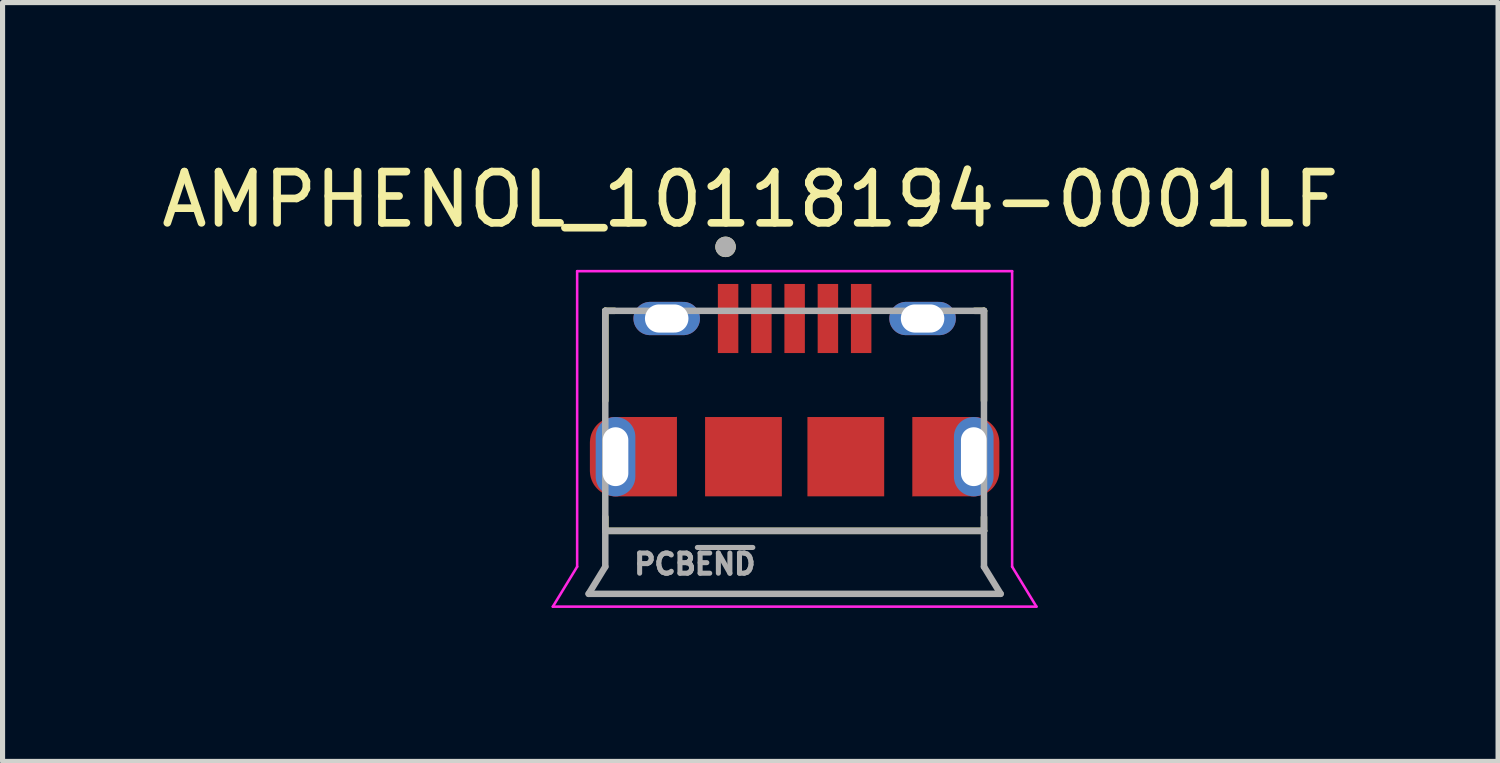
<source format=kicad_pcb>
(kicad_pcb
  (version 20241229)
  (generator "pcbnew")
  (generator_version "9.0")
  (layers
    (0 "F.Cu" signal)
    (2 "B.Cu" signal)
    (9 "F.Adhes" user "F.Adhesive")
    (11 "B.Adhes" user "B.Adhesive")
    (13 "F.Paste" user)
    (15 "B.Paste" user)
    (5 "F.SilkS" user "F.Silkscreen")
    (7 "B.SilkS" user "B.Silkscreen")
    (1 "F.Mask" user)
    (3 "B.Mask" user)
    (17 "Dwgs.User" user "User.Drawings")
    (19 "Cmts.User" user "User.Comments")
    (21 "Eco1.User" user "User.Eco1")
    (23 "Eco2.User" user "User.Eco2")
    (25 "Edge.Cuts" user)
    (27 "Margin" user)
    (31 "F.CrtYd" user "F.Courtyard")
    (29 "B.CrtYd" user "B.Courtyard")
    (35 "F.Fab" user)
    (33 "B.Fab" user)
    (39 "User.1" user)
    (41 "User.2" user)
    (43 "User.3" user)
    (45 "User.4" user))
  (footprint "AMPHENOL_10118194-0001LF"
    (layer "F.Cu")
    (at 12.478 5.874)
    (property "Reference" "AMPHENOL_10118194-0001LF" (at -0.866 -5.025 0) (layer "F.SilkS") (effects (font (size 1.001 1.001) (thickness 0.15))))
    (attr through_hole)
    (fp_poly (pts (xy -2.3 -0.78) (xy -2.3 0.775) (xy -3.498 0.775) (xy -3.498 0.575) (xy -3.486 0.575) (xy -3.473 0.574) (xy -3.46 0.572) (xy -3.447 0.57) (xy -3.434 0.567) (xy -3.422 0.563) (xy -3.41 0.558) (xy -3.398 0.553) (xy -3.386 0.548) (xy -3.374 0.542) (xy -3.363 0.535) (xy -3.353 0.527) (xy -3.342 0.52) (xy -3.332 0.511) (xy -3.323 0.502) (xy -3.314 0.493) (xy -3.305 0.483) (xy -3.298 0.472) (xy -3.29 0.462) (xy -3.283 0.451) (xy -3.277 0.439) (xy -3.272 0.427) (xy -3.267 0.415) (xy -3.262 0.403) (xy -3.258 0.391) (xy -3.255 0.378) (xy -3.253 0.365) (xy -3.251 0.352) (xy -3.25 0.339) (xy -3.25 0.325) (xy -3.25 0.315) (xy -3.25 -0.315) (xy -3.25 -0.325) (xy -3.25 -0.338) (xy -3.251 -0.351) (xy -3.253 -0.364) (xy -3.255 -0.377) (xy -3.259 -0.39) (xy -3.262 -0.402) (xy -3.267 -0.415) (xy -3.272 -0.427) (xy -3.277 -0.438) (xy -3.283 -0.45) (xy -3.29 -0.461) (xy -3.298 -0.472) (xy -3.306 -0.482) (xy -3.314 -0.492) (xy -3.323 -0.502) (xy -3.333 -0.511) (xy -3.343 -0.519) (xy -3.353 -0.527) (xy -3.364 -0.535) (xy -3.375 -0.542) (xy -3.387 -0.548) (xy -3.398 -0.553) (xy -3.41 -0.558) (xy -3.423 -0.563) (xy -3.435 -0.566) (xy -3.448 -0.57) (xy -3.461 -0.572) (xy -3.474 -0.574) (xy -3.487 -0.575) (xy -3.5 -0.575) (xy -3.513 -0.575) (xy -3.526 -0.574) (xy -3.539 -0.572) (xy -3.552 -0.57) (xy -3.565 -0.566) (xy -3.577 -0.563) (xy -3.59 -0.558) (xy -3.602 -0.553) (xy -3.613 -0.548) (xy -3.625 -0.542) (xy -3.636 -0.535) (xy -3.647 -0.527) (xy -3.657 -0.519) (xy -3.667 -0.511) (xy -3.677 -0.502) (xy -3.686 -0.492) (xy -3.694 -0.482) (xy -3.702 -0.472) (xy -3.71 -0.461) (xy -3.717 -0.45) (xy -3.723 -0.438) (xy -3.728 -0.427) (xy -3.733 -0.415) (xy -3.738 -0.402) (xy -3.741 -0.39) (xy -3.745 -0.377) (xy -3.747 -0.364) (xy -3.749 -0.351) (xy -3.75 -0.338) (xy -3.75 -0.325) (xy -3.75 0.325) (xy -3.75 0.339) (xy -3.749 0.352) (xy -3.747 0.365) (xy -3.745 0.378) (xy -3.742 0.391) (xy -3.738 0.403) (xy -3.733 0.415) (xy -3.728 0.427) (xy -3.723 0.439) (xy -3.717 0.451) (xy -3.71 0.462) (xy -3.702 0.472) (xy -3.695 0.483) (xy -3.686 0.493) (xy -3.677 0.502) (xy -3.668 0.511) (xy -3.658 0.52) (xy -3.647 0.527) (xy -3.637 0.535) (xy -3.626 0.542) (xy -3.614 0.548) (xy -3.602 0.553) (xy -3.59 0.558) (xy -3.578 0.563) (xy -3.566 0.567) (xy -3.553 0.57) (xy -3.54 0.572) (xy -3.527 0.574) (xy -3.514 0.575) (xy -3.502 0.575) (xy -3.502 0.775) (xy -3.527 0.774) (xy -3.553 0.772) (xy -3.579 0.769) (xy -3.605 0.764) (xy -3.63 0.758) (xy -3.655 0.751) (xy -3.68 0.742) (xy -3.704 0.732) (xy -3.728 0.721) (xy -3.751 0.708) (xy -3.773 0.695) (xy -3.794 0.68) (xy -3.815 0.664) (xy -3.835 0.647) (xy -3.854 0.629) (xy -3.872 0.61) (xy -3.889 0.59) (xy -3.905 0.569) (xy -3.92 0.548) (xy -3.933 0.526) (xy -3.946 0.503) (xy -3.957 0.479) (xy -3.967 0.455) (xy -3.976 0.43) (xy -3.983 0.405) (xy -3.989 0.38) (xy -3.994 0.354) (xy -3.997 0.328) (xy -3.999 0.302) (xy -4 0.275) (xy -4 -0.275) (xy -3.999 -0.301) (xy -3.997 -0.327) (xy -3.994 -0.353) (xy -3.989 -0.379) (xy -3.983 -0.404) (xy -3.976 -0.43) (xy -3.967 -0.454) (xy -3.957 -0.478) (xy -3.946 -0.502) (xy -3.933 -0.525) (xy -3.919 -0.547) (xy -3.905 -0.569) (xy -3.889 -0.59) (xy -3.872 -0.61) (xy -3.854 -0.629) (xy -3.835 -0.647) (xy -3.815 -0.664) (xy -3.794 -0.68) (xy -3.772 -0.694) (xy -3.75 -0.708) (xy -3.727 -0.721) (xy -3.703 -0.732) (xy -3.679 -0.742) (xy -3.655 -0.751) (xy -3.629 -0.758) (xy -3.604 -0.764) (xy -3.578 -0.769) (xy -3.552 -0.772) (xy -3.526 -0.774) (xy -3.5 -0.775) (xy -2.305 -0.775) (xy -2.305 -0.78) (xy -2.3 -0.78)) (stroke (width 0.001) (type solid)) (fill yes) (layer "F.Cu"))
    (fp_poly (pts (xy -3.6 -0.875) (xy -2.2 -0.875) (xy -2.2 0.875) (xy -3.6 0.875) (xy -3.626 0.874) (xy -3.652 0.872) (xy -3.678 0.869) (xy -3.704 0.864) (xy -3.729 0.858) (xy -3.755 0.851) (xy -3.779 0.842) (xy -3.803 0.832) (xy -3.827 0.821) (xy -3.85 0.808) (xy -3.872 0.794) (xy -3.894 0.78) (xy -3.915 0.764) (xy -3.935 0.747) (xy -3.954 0.729) (xy -3.972 0.71) (xy -3.989 0.69) (xy -4.005 0.669) (xy -4.019 0.647) (xy -4.033 0.625) (xy -4.046 0.602) (xy -4.057 0.578) (xy -4.067 0.554) (xy -4.076 0.53) (xy -4.083 0.504) (xy -4.089 0.479) (xy -4.094 0.453) (xy -4.097 0.427) (xy -4.099 0.401) (xy -4.1 0.375) (xy -4.1 -0.375) (xy -4.099 -0.401) (xy -4.097 -0.427) (xy -4.094 -0.453) (xy -4.089 -0.479) (xy -4.083 -0.504) (xy -4.076 -0.53) (xy -4.067 -0.554) (xy -4.057 -0.578) (xy -4.046 -0.602) (xy -4.033 -0.625) (xy -4.019 -0.647) (xy -4.005 -0.669) (xy -3.989 -0.69) (xy -3.972 -0.71) (xy -3.954 -0.729) (xy -3.935 -0.747) (xy -3.915 -0.764) (xy -3.894 -0.78) (xy -3.872 -0.794) (xy -3.85 -0.808) (xy -3.827 -0.821) (xy -3.803 -0.832) (xy -3.779 -0.842) (xy -3.755 -0.851) (xy -3.729 -0.858) (xy -3.704 -0.864) (xy -3.678 -0.869) (xy -3.652 -0.872) (xy -3.626 -0.874) (xy -3.6 -0.875)) (stroke (width 0.0001) (type solid)) (fill yes) (layer "F.Mask"))
    (fp_poly (pts (xy 3.6 0.875) (xy 2.2 0.875) (xy 2.2 -0.875) (xy 3.6 -0.875) (xy 3.626 -0.874) (xy 3.652 -0.872) (xy 3.678 -0.869) (xy 3.704 -0.864) (xy 3.729 -0.858) (xy 3.755 -0.851) (xy 3.779 -0.842) (xy 3.803 -0.832) (xy 3.827 -0.821) (xy 3.85 -0.808) (xy 3.872 -0.794) (xy 3.894 -0.78) (xy 3.915 -0.764) (xy 3.935 -0.747) (xy 3.954 -0.729) (xy 3.972 -0.71) (xy 3.989 -0.69) (xy 4.005 -0.669) (xy 4.019 -0.647) (xy 4.033 -0.625) (xy 4.046 -0.602) (xy 4.057 -0.578) (xy 4.067 -0.554) (xy 4.076 -0.53) (xy 4.083 -0.504) (xy 4.089 -0.479) (xy 4.094 -0.453) (xy 4.097 -0.427) (xy 4.099 -0.401) (xy 4.1 -0.375) (xy 4.1 0.375) (xy 4.099 0.401) (xy 4.097 0.427) (xy 4.094 0.453) (xy 4.089 0.479) (xy 4.083 0.504) (xy 4.076 0.53) (xy 4.067 0.554) (xy 4.057 0.578) (xy 4.046 0.602) (xy 4.033 0.625) (xy 4.019 0.647) (xy 4.005 0.669) (xy 3.989 0.69) (xy 3.972 0.71) (xy 3.954 0.729) (xy 3.935 0.747) (xy 3.915 0.764) (xy 3.894 0.78) (xy 3.872 0.794) (xy 3.85 0.808) (xy 3.827 0.821) (xy 3.803 0.832) (xy 3.779 0.842) (xy 3.755 0.851) (xy 3.729 0.858) (xy 3.704 0.864) (xy 3.678 0.869) (xy 3.652 0.872) (xy 3.626 0.874) (xy 3.6 0.875)) (stroke (width 0.0001) (type solid)) (fill yes) (layer "F.Mask"))
    (fp_line (start -3.7 -2.85) (end -3.7 -1.095) (stroke (width 0.127) (type solid)) (layer "F.SilkS"))
    (fp_line (start -3.7 -2.85) (end -3.52 -2.85) (stroke (width 0.127) (type solid)) (layer "F.SilkS"))
    (fp_line (start -3.7 1.45) (end -3.7 1.18) (stroke (width 0.127) (type solid)) (layer "F.SilkS"))
    (fp_line (start -3.7 1.45) (end 3.7 1.45) (stroke (width 0.127) (type solid)) (layer "F.SilkS"))
    (fp_line (start 3.7 -2.85) (end 3.52 -2.85) (stroke (width 0.127) (type solid)) (layer "F.SilkS"))
    (fp_line (start 3.7 -2.85) (end 3.7 -1.095) (stroke (width 0.127) (type solid)) (layer "F.SilkS"))
    (fp_line (start 3.7 1.18) (end 3.7 1.45) (stroke (width 0.127) (type solid)) (layer "F.SilkS"))
    (fp_circle (center -1.35 -4.1) (end -1.25 -4.1) (stroke (width 0.2) (type solid)) (fill no) (layer "F.SilkS"))
    (fp_line (start -3.5 -0.77) (end -3.5 -0.6) (stroke (width 0.0001) (type solid)) (layer "F.Paste"))
    (fp_line (start 3.5 0.77) (end 3.5 0.6) (stroke (width 0.0001) (type solid)) (layer "F.Paste"))
    (fp_poly (pts (xy -3.5 -0.775) (xy -3.5 -0.575) (xy -3.487 -0.575) (xy -3.474 -0.574) (xy -3.461 -0.572) (xy -3.448 -0.57) (xy -3.435 -0.566) (xy -3.423 -0.563) (xy -3.41 -0.558) (xy -3.398 -0.553) (xy -3.387 -0.548) (xy -3.375 -0.542) (xy -3.364 -0.535) (xy -3.353 -0.527) (xy -3.343 -0.519) (xy -3.333 -0.511) (xy -3.323 -0.502) (xy -3.314 -0.492) (xy -3.306 -0.482) (xy -3.298 -0.472) (xy -3.29 -0.461) (xy -3.283 -0.45) (xy -3.277 -0.438) (xy -3.272 -0.427) (xy -3.267 -0.415) (xy -3.262 -0.402) (xy -3.259 -0.39) (xy -3.255 -0.377) (xy -3.253 -0.364) (xy -3.251 -0.351) (xy -3.25 -0.338) (xy -3.25 -0.325) (xy -3.25 0.325) (xy -3.25 0.338) (xy -3.251 0.351) (xy -3.253 0.364) (xy -3.255 0.377) (xy -3.259 0.39) (xy -3.262 0.402) (xy -3.267 0.415) (xy -3.272 0.427) (xy -3.277 0.438) (xy -3.283 0.45) (xy -3.29 0.461) (xy -3.298 0.472) (xy -3.306 0.482) (xy -3.314 0.492) (xy -3.323 0.502) (xy -3.333 0.511) (xy -3.343 0.519) (xy -3.353 0.527) (xy -3.364 0.535) (xy -3.375 0.542) (xy -3.387 0.548) (xy -3.398 0.553) (xy -3.41 0.558) (xy -3.423 0.563) (xy -3.435 0.566) (xy -3.448 0.57) (xy -3.461 0.572) (xy -3.474 0.574) (xy -3.487 0.575) (xy -3.5 0.575) (xy -3.5 0.775) (xy -2.3 0.775) (xy -2.3 -0.775) (xy -3.5 -0.775)) (stroke (width 0.0001) (type solid)) (fill yes) (layer "F.Paste"))
    (fp_poly (pts (xy 3.5 0.775) (xy 3.5 0.575) (xy 3.487 0.575) (xy 3.474 0.574) (xy 3.461 0.572) (xy 3.448 0.57) (xy 3.435 0.566) (xy 3.423 0.563) (xy 3.41 0.558) (xy 3.398 0.553) (xy 3.387 0.548) (xy 3.375 0.542) (xy 3.364 0.535) (xy 3.353 0.527) (xy 3.343 0.519) (xy 3.333 0.511) (xy 3.323 0.502) (xy 3.314 0.492) (xy 3.306 0.482) (xy 3.298 0.472) (xy 3.29 0.461) (xy 3.283 0.45) (xy 3.277 0.438) (xy 3.272 0.427) (xy 3.267 0.415) (xy 3.262 0.402) (xy 3.259 0.39) (xy 3.255 0.377) (xy 3.253 0.364) (xy 3.251 0.351) (xy 3.25 0.338) (xy 3.25 0.325) (xy 3.25 -0.325) (xy 3.25 -0.338) (xy 3.251 -0.351) (xy 3.253 -0.364) (xy 3.255 -0.377) (xy 3.259 -0.39) (xy 3.262 -0.402) (xy 3.267 -0.415) (xy 3.272 -0.427) (xy 3.277 -0.438) (xy 3.283 -0.45) (xy 3.29 -0.461) (xy 3.298 -0.472) (xy 3.306 -0.482) (xy 3.314 -0.492) (xy 3.323 -0.502) (xy 3.333 -0.511) (xy 3.343 -0.519) (xy 3.353 -0.527) (xy 3.364 -0.535) (xy 3.375 -0.542) (xy 3.387 -0.548) (xy 3.398 -0.553) (xy 3.41 -0.558) (xy 3.423 -0.563) (xy 3.435 -0.566) (xy 3.448 -0.57) (xy 3.461 -0.572) (xy 3.474 -0.574) (xy 3.487 -0.575) (xy 3.5 -0.575) (xy 3.5 -0.775) (xy 2.3 -0.775) (xy 2.3 0.775) (xy 3.5 0.775)) (stroke (width 0.0001) (type solid)) (fill yes) (layer "F.Paste"))
    (fp_poly (pts (xy -3.5 -0.775) (xy -3.5 -0.575) (xy -3.513 -0.575) (xy -3.526 -0.574) (xy -3.539 -0.572) (xy -3.552 -0.57) (xy -3.565 -0.566) (xy -3.577 -0.563) (xy -3.59 -0.558) (xy -3.602 -0.553) (xy -3.613 -0.548) (xy -3.625 -0.542) (xy -3.636 -0.535) (xy -3.647 -0.527) (xy -3.657 -0.519) (xy -3.667 -0.511) (xy -3.677 -0.502) (xy -3.686 -0.492) (xy -3.694 -0.482) (xy -3.702 -0.472) (xy -3.71 -0.461) (xy -3.717 -0.45) (xy -3.723 -0.438) (xy -3.728 -0.427) (xy -3.733 -0.415) (xy -3.738 -0.402) (xy -3.741 -0.39) (xy -3.745 -0.377) (xy -3.747 -0.364) (xy -3.749 -0.351) (xy -3.75 -0.338) (xy -3.75 -0.325) (xy -3.75 0.325) (xy -3.75 0.338) (xy -3.749 0.351) (xy -3.747 0.364) (xy -3.745 0.377) (xy -3.741 0.39) (xy -3.738 0.402) (xy -3.733 0.415) (xy -3.728 0.427) (xy -3.723 0.438) (xy -3.717 0.45) (xy -3.71 0.461) (xy -3.702 0.472) (xy -3.694 0.482) (xy -3.686 0.492) (xy -3.677 0.502) (xy -3.667 0.511) (xy -3.657 0.519) (xy -3.647 0.527) (xy -3.636 0.535) (xy -3.625 0.542) (xy -3.613 0.548) (xy -3.602 0.553) (xy -3.59 0.558) (xy -3.577 0.563) (xy -3.565 0.566) (xy -3.552 0.57) (xy -3.539 0.572) (xy -3.526 0.574) (xy -3.513 0.575) (xy -3.5 0.575) (xy -3.5 0.775) (xy -3.526 0.774) (xy -3.552 0.772) (xy -3.578 0.769) (xy -3.604 0.764) (xy -3.629 0.758) (xy -3.655 0.751) (xy -3.679 0.742) (xy -3.703 0.732) (xy -3.727 0.721) (xy -3.75 0.708) (xy -3.772 0.694) (xy -3.794 0.68) (xy -3.815 0.664) (xy -3.835 0.647) (xy -3.854 0.629) (xy -3.872 0.61) (xy -3.889 0.59) (xy -3.905 0.569) (xy -3.919 0.547) (xy -3.933 0.525) (xy -3.946 0.502) (xy -3.957 0.478) (xy -3.967 0.454) (xy -3.976 0.43) (xy -3.983 0.404) (xy -3.989 0.379) (xy -3.994 0.353) (xy -3.997 0.327) (xy -3.999 0.301) (xy -4 0.275) (xy -4 -0.275) (xy -3.999 -0.301) (xy -3.997 -0.327) (xy -3.994 -0.353) (xy -3.989 -0.379) (xy -3.983 -0.404) (xy -3.976 -0.43) (xy -3.967 -0.454) (xy -3.957 -0.478) (xy -3.946 -0.502) (xy -3.933 -0.525) (xy -3.919 -0.547) (xy -3.905 -0.569) (xy -3.889 -0.59) (xy -3.872 -0.61) (xy -3.854 -0.629) (xy -3.835 -0.647) (xy -3.815 -0.664) (xy -3.794 -0.68) (xy -3.772 -0.694) (xy -3.75 -0.708) (xy -3.727 -0.721) (xy -3.703 -0.732) (xy -3.679 -0.742) (xy -3.655 -0.751) (xy -3.629 -0.758) (xy -3.604 -0.764) (xy -3.578 -0.769) (xy -3.552 -0.772) (xy -3.526 -0.774) (xy -3.5 -0.775)) (stroke (width 0.0001) (type solid)) (fill yes) (layer "F.Paste"))
    (fp_poly (pts (xy 3.5 0.775) (xy 3.5 0.575) (xy 3.513 0.575) (xy 3.526 0.574) (xy 3.539 0.572) (xy 3.552 0.57) (xy 3.565 0.566) (xy 3.577 0.563) (xy 3.59 0.558) (xy 3.602 0.553) (xy 3.613 0.548) (xy 3.625 0.542) (xy 3.636 0.535) (xy 3.647 0.527) (xy 3.657 0.519) (xy 3.667 0.511) (xy 3.677 0.502) (xy 3.686 0.492) (xy 3.694 0.482) (xy 3.702 0.472) (xy 3.71 0.461) (xy 3.717 0.45) (xy 3.723 0.438) (xy 3.728 0.427) (xy 3.733 0.415) (xy 3.738 0.402) (xy 3.741 0.39) (xy 3.745 0.377) (xy 3.747 0.364) (xy 3.749 0.351) (xy 3.75 0.338) (xy 3.75 0.325) (xy 3.75 -0.325) (xy 3.75 -0.338) (xy 3.749 -0.351) (xy 3.747 -0.364) (xy 3.745 -0.377) (xy 3.741 -0.39) (xy 3.738 -0.402) (xy 3.733 -0.415) (xy 3.728 -0.427) (xy 3.723 -0.438) (xy 3.717 -0.45) (xy 3.71 -0.461) (xy 3.702 -0.472) (xy 3.694 -0.482) (xy 3.686 -0.492) (xy 3.677 -0.502) (xy 3.667 -0.511) (xy 3.657 -0.519) (xy 3.647 -0.527) (xy 3.636 -0.535) (xy 3.625 -0.542) (xy 3.613 -0.548) (xy 3.602 -0.553) (xy 3.59 -0.558) (xy 3.577 -0.563) (xy 3.565 -0.566) (xy 3.552 -0.57) (xy 3.539 -0.572) (xy 3.526 -0.574) (xy 3.513 -0.575) (xy 3.5 -0.575) (xy 3.5 -0.775) (xy 3.526 -0.774) (xy 3.552 -0.772) (xy 3.578 -0.769) (xy 3.604 -0.764) (xy 3.629 -0.758) (xy 3.655 -0.751) (xy 3.679 -0.742) (xy 3.703 -0.732) (xy 3.727 -0.721) (xy 3.75 -0.708) (xy 3.772 -0.694) (xy 3.794 -0.68) (xy 3.815 -0.664) (xy 3.835 -0.647) (xy 3.854 -0.629) (xy 3.872 -0.61) (xy 3.889 -0.59) (xy 3.905 -0.569) (xy 3.919 -0.547) (xy 3.933 -0.525) (xy 3.946 -0.502) (xy 3.957 -0.478) (xy 3.967 -0.454) (xy 3.976 -0.43) (xy 3.983 -0.404) (xy 3.989 -0.379) (xy 3.994 -0.353) (xy 3.997 -0.327) (xy 3.999 -0.301) (xy 4 -0.275) (xy 4 0.275) (xy 3.999 0.301) (xy 3.997 0.327) (xy 3.994 0.353) (xy 3.989 0.379) (xy 3.983 0.404) (xy 3.976 0.43) (xy 3.967 0.454) (xy 3.957 0.478) (xy 3.946 0.502) (xy 3.933 0.525) (xy 3.919 0.547) (xy 3.905 0.569) (xy 3.889 0.59) (xy 3.872 0.61) (xy 3.854 0.629) (xy 3.835 0.647) (xy 3.815 0.664) (xy 3.794 0.68) (xy 3.772 0.694) (xy 3.75 0.708) (xy 3.727 0.721) (xy 3.703 0.732) (xy 3.679 0.742) (xy 3.655 0.751) (xy 3.629 0.758) (xy 3.604 0.764) (xy 3.578 0.769) (xy 3.552 0.772) (xy 3.526 0.774) (xy 3.5 0.775)) (stroke (width 0.0001) (type solid)) (fill yes) (layer "F.Paste"))
    (fp_line (start -4.725 2.93) (end -4.25 2.15) (stroke (width 0.05) (type solid)) (layer "F.CrtYd"))
    (fp_line (start -4.25 -3.625) (end 4.25 -3.625) (stroke (width 0.05) (type solid)) (layer "F.CrtYd"))
    (fp_line (start -4.25 2.15) (end -4.25 -3.625) (stroke (width 0.05) (type solid)) (layer "F.CrtYd"))
    (fp_line (start 4.25 2.15) (end 4.25 -3.625) (stroke (width 0.05) (type solid)) (layer "F.CrtYd"))
    (fp_line (start 4.725 2.93) (end -4.725 2.93) (stroke (width 0.05) (type solid)) (layer "F.CrtYd"))
    (fp_line (start 4.725 2.93) (end 4.25 2.15) (stroke (width 0.05) (type solid)) (layer "F.CrtYd"))
    (fp_line (start -4.025 2.68) (end 4.025 2.68) (stroke (width 0.127) (type solid)) (layer "F.Fab"))
    (fp_line (start -3.7 -2.85) (end -3.7 1.45) (stroke (width 0.127) (type solid)) (layer "F.Fab"))
    (fp_line (start -3.7 -2.85) (end 3.7 -2.85) (stroke (width 0.127) (type solid)) (layer "F.Fab"))
    (fp_line (start -3.7 1.45) (end -3.7 2.15) (stroke (width 0.127) (type solid)) (layer "F.Fab"))
    (fp_line (start -3.7 1.45) (end 3.7 1.45) (stroke (width 0.127) (type solid)) (layer "F.Fab"))
    (fp_line (start -3.7 2.15) (end -4.025 2.68) (stroke (width 0.127) (type solid)) (layer "F.Fab"))
    (fp_line (start 3.7 1.45) (end 3.7 -2.85) (stroke (width 0.127) (type solid)) (layer "F.Fab"))
    (fp_line (start 3.7 2.15) (end 3.7 1.45) (stroke (width 0.127) (type solid)) (layer "F.Fab"))
    (fp_line (start 4.025 2.68) (end 3.7 2.15) (stroke (width 0.127) (type solid)) (layer "F.Fab"))
    (fp_circle (center -1.35 -4.1) (end -1.25 -4.1) (stroke (width 0.2) (type solid)) (fill no) (layer "F.Fab"))
    (fp_text user "PCB~{END}" (at -1.95 2.1 0) (layer "F.Fab") (effects (font (size 0.394 0.394) (thickness 0.15))))
    (pad "1" smd rect (at -1.3 -2.7) (size 0.4 1.35) (layers "F.Cu" "F.Mask" "F.Paste"))
    (pad "2" smd rect (at -0.65 -2.7) (size 0.4 1.35) (layers "F.Cu" "F.Mask" "F.Paste"))
    (pad "3" smd rect (at 0 -2.7) (size 0.4 1.35) (layers "F.Cu" "F.Mask" "F.Paste"))
    (pad "4" smd rect (at 0.65 -2.7) (size 0.4 1.35) (layers "F.Cu" "F.Mask" "F.Paste"))
    (pad "5" smd rect (at 1.3 -2.7) (size 0.4 1.35) (layers "F.Cu" "F.Mask" "F.Paste"))
    (pad "S1" thru_hole oval (at -2.5 -2.7) (size 1.3 0.65) (drill oval 0.85 0.55) (layers "*.Cu" "*.Mask"))
    (pad "S2" thru_hole oval (at 2.5 -2.7) (size 1.3 0.65) (drill oval 0.85 0.55) (layers "*.Cu" "*.Mask"))
    (pad "S3" thru_hole oval (at -3.5 0) (size 0.775 1.55) (drill oval 0.5 1.15) (layers "*.Cu" "*.Mask"))
    (pad "S4" smd rect (at -1 0) (size 1.5 1.55) (layers "F.Cu" "F.Mask" "F.Paste"))
    (pad "S5" smd custom (at 1 0) (size 1.5 1.55) (layers "F.Cu" "F.Mask" "F.Paste") (options (anchor rect)) (primitives (gr_poly (pts (xy 1.3 0.78) (xy 1.3 -0.775) (xy 2.498 -0.775) (xy 2.498 -0.575) (xy 2.486 -0.575) (xy 2.473 -0.574) (xy 2.46 -0.572) (xy 2.447 -0.57) (xy 2.434 -0.567) (xy 2.422 -0.563) (xy 2.41 -0.558) (xy 2.398 -0.553) (xy 2.386 -0.548) (xy 2.374 -0.542) (xy 2.363 -0.535) (xy 2.353 -0.527) (xy 2.342 -0.52) (xy 2.332 -0.511) (xy 2.323 -0.502) (xy 2.314 -0.493) (xy 2.305 -0.483) (xy 2.298 -0.472) (xy 2.29 -0.462) (xy 2.283 -0.451) (xy 2.277 -0.439) (xy 2.272 -0.427) (xy 2.267 -0.415) (xy 2.262 -0.403) (xy 2.258 -0.391) (xy 2.255 -0.378) (xy 2.253 -0.365) (xy 2.251 -0.352) (xy 2.25 -0.339) (xy 2.25 -0.325) (xy 2.25 -0.315) (xy 2.25 0.315) (xy 2.25 0.325) (xy 2.25 0.338) (xy 2.251 0.351) (xy 2.253 0.364) (xy 2.255 0.377) (xy 2.259 0.39) (xy 2.262 0.402) (xy 2.267 0.415) (xy 2.272 0.427) (xy 2.277 0.438) (xy 2.283 0.45) (xy 2.29 0.461) (xy 2.298 0.472) (xy 2.306 0.482) (xy 2.314 0.492) (xy 2.323 0.502) (xy 2.333 0.511) (xy 2.343 0.519) (xy 2.353 0.527) (xy 2.364 0.535) (xy 2.375 0.542) (xy 2.387 0.548) (xy 2.398 0.553) (xy 2.41 0.558) (xy 2.423 0.563) (xy 2.435 0.566) (xy 2.448 0.57) (xy 2.461 0.572) (xy 2.474 0.574) (xy 2.487 0.575) (xy 2.5 0.575) (xy 2.513 0.575) (xy 2.526 0.574) (xy 2.539 0.572) (xy 2.552 0.57) (xy 2.565 0.566) (xy 2.577 0.563) (xy 2.59 0.558) (xy 2.602 0.553) (xy 2.613 0.548) (xy 2.625 0.542) (xy 2.636 0.535) (xy 2.647 0.527) (xy 2.657 0.519) (xy 2.667 0.511) (xy 2.677 0.502) (xy 2.686 0.492) (xy 2.694 0.482) (xy 2.702 0.472) (xy 2.71 0.461) (xy 2.717 0.45) (xy 2.723 0.438) (xy 2.728 0.427) (xy 2.733 0.415) (xy 2.738 0.402) (xy 2.741 0.39) (xy 2.745 0.377) (xy 2.747 0.364) (xy 2.749 0.351) (xy 2.75 0.338) (xy 2.75 0.325) (xy 2.75 -0.325) (xy 2.75 -0.339) (xy 2.749 -0.352) (xy 2.747 -0.365) (xy 2.745 -0.378) (xy 2.742 -0.391) (xy 2.738 -0.403) (xy 2.733 -0.415) (xy 2.728 -0.427) (xy 2.723 -0.439) (xy 2.717 -0.451) (xy 2.71 -0.462) (xy 2.702 -0.472) (xy 2.695 -0.483) (xy 2.686 -0.493) (xy 2.677 -0.502) (xy 2.668 -0.511) (xy 2.658 -0.52) (xy 2.647 -0.527) (xy 2.637 -0.535) (xy 2.626 -0.542) (xy 2.614 -0.548) (xy 2.602 -0.553) (xy 2.59 -0.558) (xy 2.578 -0.563) (xy 2.566 -0.567) (xy 2.553 -0.57) (xy 2.54 -0.572) (xy 2.527 -0.574) (xy 2.514 -0.575) (xy 2.502 -0.575) (xy 2.502 -0.775) (xy 2.527 -0.774) (xy 2.553 -0.772) (xy 2.579 -0.769) (xy 2.605 -0.764) (xy 2.63 -0.758) (xy 2.655 -0.751) (xy 2.68 -0.742) (xy 2.704 -0.732) (xy 2.728 -0.721) (xy 2.751 -0.708) (xy 2.773 -0.695) (xy 2.794 -0.68) (xy 2.815 -0.664) (xy 2.835 -0.647) (xy 2.854 -0.629) (xy 2.872 -0.61) (xy 2.889 -0.59) (xy 2.905 -0.569) (xy 2.92 -0.548) (xy 2.933 -0.526) (xy 2.946 -0.503) (xy 2.957 -0.479) (xy 2.967 -0.455) (xy 2.976 -0.43) (xy 2.983 -0.405) (xy 2.989 -0.38) (xy 2.994 -0.354) (xy 2.997 -0.328) (xy 2.999 -0.302) (xy 3 -0.275) (xy 3 0.275) (xy 2.999 0.301) (xy 2.997 0.327) (xy 2.994 0.353) (xy 2.989 0.379) (xy 2.983 0.404) (xy 2.976 0.43) (xy 2.967 0.454) (xy 2.957 0.478) (xy 2.946 0.502) (xy 2.933 0.525) (xy 2.919 0.547) (xy 2.905 0.569) (xy 2.889 0.59) (xy 2.872 0.61) (xy 2.854 0.629) (xy 2.835 0.647) (xy 2.815 0.664) (xy 2.794 0.68) (xy 2.772 0.694) (xy 2.75 0.708) (xy 2.727 0.721) (xy 2.703 0.732) (xy 2.679 0.742) (xy 2.655 0.751) (xy 2.629 0.758) (xy 2.604 0.764) (xy 2.578 0.769) (xy 2.552 0.772) (xy 2.526 0.774) (xy 2.5 0.775) (xy 1.305 0.775) (xy 1.305 0.78) (xy 1.3 0.78)) (width 0.001) (fill yes))))
    (pad "S6" thru_hole oval (at 3.5 0) (size 0.775 1.55) (drill oval 0.5 1.15) (layers "*.Cu" "*.Mask")))
  (gr_rect
    (start -3 -3)
    (end 26.224 11.829)
    (stroke (width 0.1) (type default))
    (fill no)
    (layer "Edge.Cuts")))
</source>
